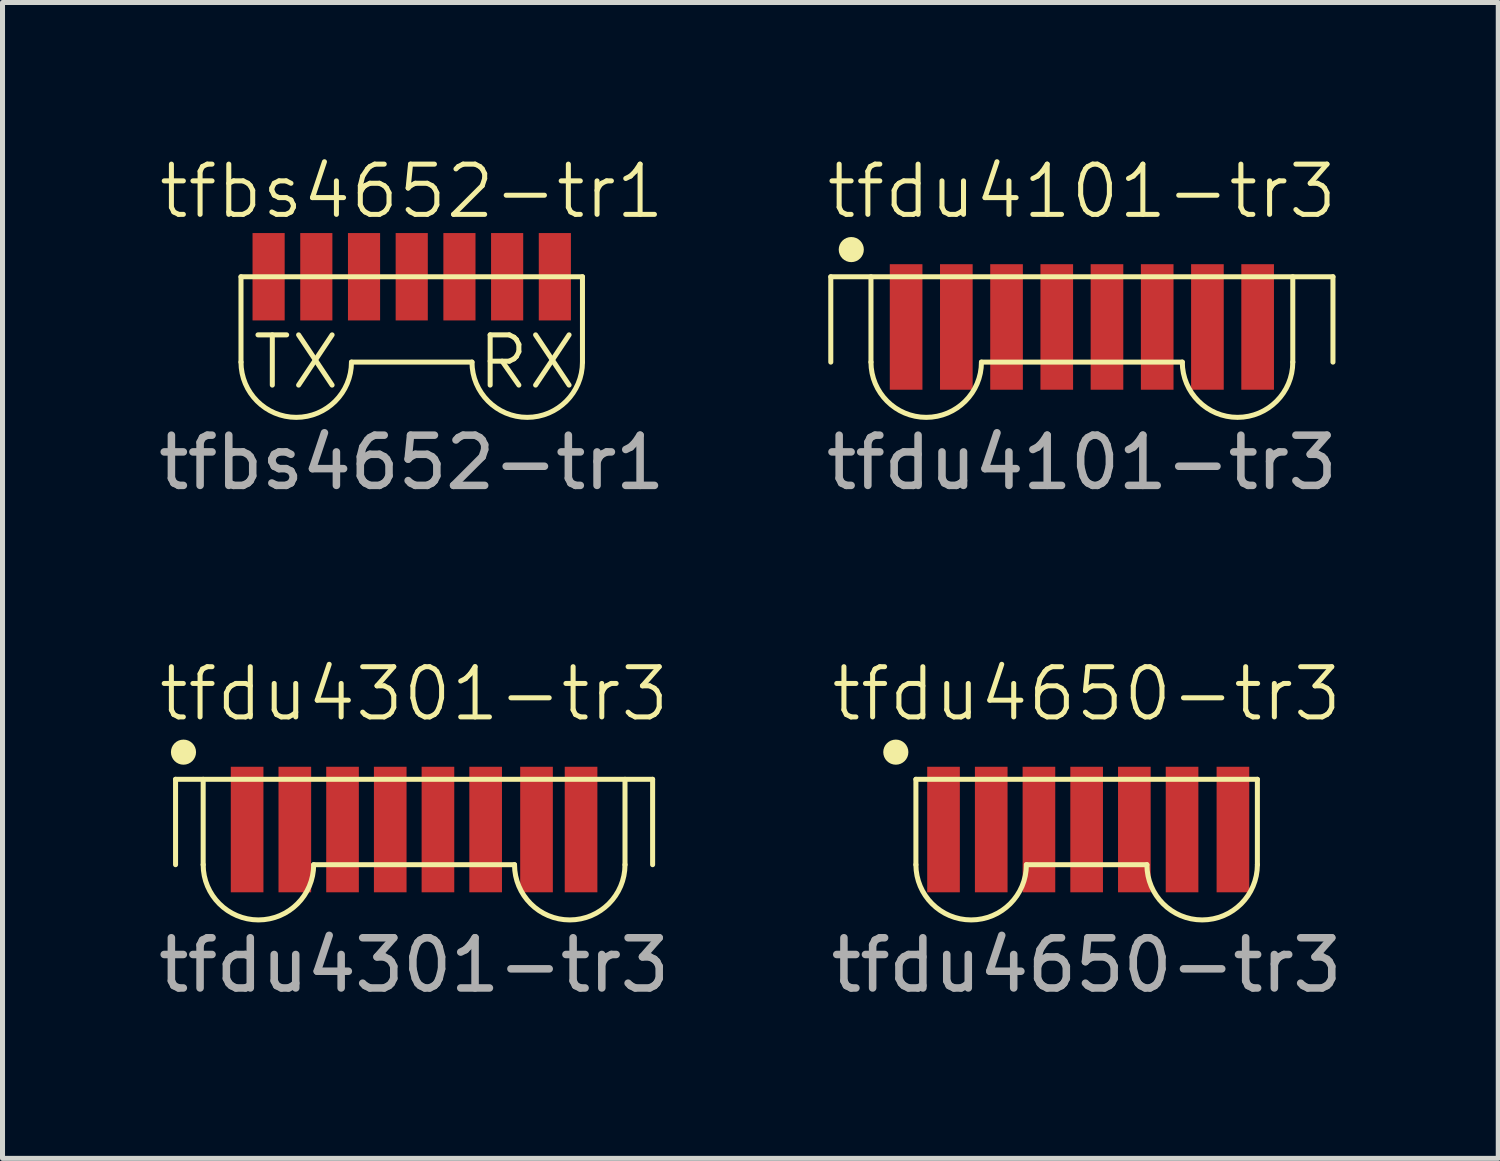
<source format=kicad_pcb>
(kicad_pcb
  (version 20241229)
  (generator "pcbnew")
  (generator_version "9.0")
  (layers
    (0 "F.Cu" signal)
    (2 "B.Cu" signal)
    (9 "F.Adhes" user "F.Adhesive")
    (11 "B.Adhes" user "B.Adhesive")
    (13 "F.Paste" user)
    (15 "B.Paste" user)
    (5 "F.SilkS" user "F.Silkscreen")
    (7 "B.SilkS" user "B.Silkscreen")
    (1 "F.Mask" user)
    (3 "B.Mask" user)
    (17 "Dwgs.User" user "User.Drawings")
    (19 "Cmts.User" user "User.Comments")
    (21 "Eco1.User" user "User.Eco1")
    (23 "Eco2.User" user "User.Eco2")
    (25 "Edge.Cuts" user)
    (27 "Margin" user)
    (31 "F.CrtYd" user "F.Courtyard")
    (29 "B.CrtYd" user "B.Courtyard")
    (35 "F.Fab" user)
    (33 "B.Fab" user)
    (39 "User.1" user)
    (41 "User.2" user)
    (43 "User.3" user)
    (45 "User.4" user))
  (footprint "tfdu4301-tr3"
    (layer "F.Cu")
    (at 5.196 12.469)
    (property "Reference" "tfdu4301-tr3" (at 0 -1.7 0) (unlocked yes) (layer "F.SilkS") (effects (font (size 1 1) (thickness 0.1))))
    (attr smd)
    (fp_line (start -4.75 0) (end -4.75 1.7) (stroke (width 0.1) (type default)) (layer "F.SilkS"))
    (fp_line (start -4.592 -0.541) (end -4.592 -0.541) (stroke (width 0.5) (type default)) (layer "F.SilkS"))
    (fp_line (start -4.2 0) (end -4.2 1.7) (stroke (width 0.1) (type default)) (layer "F.SilkS"))
    (fp_line (start -2 1.7) (end 2 1.7) (stroke (width 0.1) (type default)) (layer "F.SilkS"))
    (fp_line (start 4.2 0) (end 4.2 1.7) (stroke (width 0.1) (type default)) (layer "F.SilkS"))
    (fp_line (start 4.75 0) (end -4.75 0) (stroke (width 0.1) (type default)) (layer "F.SilkS"))
    (fp_line (start 4.75 0) (end 4.75 1.7) (stroke (width 0.1) (type default)) (layer "F.SilkS"))
    (fp_arc (start -2 1.7) (mid -3.1 2.8) (end -4.2 1.7) (stroke (width 0.1) (type default)) (layer "F.SilkS"))
    (fp_arc (start 4.2 1.7) (mid 3.1 2.8) (end 2 1.7) (stroke (width 0.1) (type default)) (layer "F.SilkS"))
    (fp_text user "${REFERENCE}" (at 0 3.7 0) (unlocked yes) (layer "F.Fab") (effects (font (size 1 1) (thickness 0.15))))
    (pad "1" smd rect (at -3.325 1) (size 0.65 2.5) (layers "F.Cu" "F.Mask" "F.Paste"))
    (pad "2" smd rect (at -2.375 1) (size 0.65 2.5) (layers "F.Cu" "F.Mask" "F.Paste"))
    (pad "3" smd rect (at -1.425 1) (size 0.65 2.5) (layers "F.Cu" "F.Mask" "F.Paste"))
    (pad "4" smd rect (at -0.475 1) (size 0.65 2.5) (layers "F.Cu" "F.Mask" "F.Paste"))
    (pad "5" smd rect (at 0.475 1) (size 0.65 2.5) (layers "F.Cu" "F.Mask" "F.Paste"))
    (pad "6" smd rect (at 1.425 1) (size 0.65 2.5) (layers "F.Cu" "F.Mask" "F.Paste"))
    (pad "7" smd rect (at 2.438 1) (size 0.65 2.5) (layers "F.Cu" "F.Mask" "F.Paste"))
    (pad "8" smd rect (at 3.325 1) (size 0.65 2.5) (layers "F.Cu" "F.Mask" "F.Paste")))
  (footprint "tfdu4101-tr3"
    (layer "F.Cu")
    (at 18.494 2.461)
    (property "Reference" "tfdu4101-tr3" (at 0 -1.7 0) (unlocked yes) (layer "F.SilkS") (effects (font (size 1 1) (thickness 0.1))))
    (attr smd)
    (fp_line (start -5 0) (end -5 1.7) (stroke (width 0.1) (type default)) (layer "F.SilkS"))
    (fp_line (start -4.592 -0.541) (end -4.592 -0.541) (stroke (width 0.5) (type default)) (layer "F.SilkS"))
    (fp_line (start -4.2 0) (end -4.2 1.7) (stroke (width 0.1) (type default)) (layer "F.SilkS"))
    (fp_line (start -2 1.7) (end 2 1.7) (stroke (width 0.1) (type default)) (layer "F.SilkS"))
    (fp_line (start 4.2 0) (end 4.2 1.7) (stroke (width 0.1) (type default)) (layer "F.SilkS"))
    (fp_line (start 5 0) (end -5 0) (stroke (width 0.1) (type default)) (layer "F.SilkS"))
    (fp_line (start 5 0) (end 5 1.7) (stroke (width 0.1) (type default)) (layer "F.SilkS"))
    (fp_arc (start -2 1.7) (mid -3.1 2.8) (end -4.2 1.7) (stroke (width 0.1) (type default)) (layer "F.SilkS"))
    (fp_arc (start 4.2 1.7) (mid 3.1 2.8) (end 2 1.7) (stroke (width 0.1) (type default)) (layer "F.SilkS"))
    (fp_text user "${REFERENCE}" (at 0 3.7 0) (unlocked yes) (layer "F.Fab") (effects (font (size 1 1) (thickness 0.15))))
    (pad "1" smd rect (at -3.5 1) (size 0.65 2.5) (layers "F.Cu" "F.Mask" "F.Paste"))
    (pad "2" smd rect (at -2.5 1) (size 0.65 2.5) (layers "F.Cu" "F.Mask" "F.Paste"))
    (pad "3" smd rect (at -1.5 1) (size 0.65 2.5) (layers "F.Cu" "F.Mask" "F.Paste"))
    (pad "4" smd rect (at -0.5 1) (size 0.65 2.5) (layers "F.Cu" "F.Mask" "F.Paste"))
    (pad "5" smd rect (at 0.5 1) (size 0.65 2.5) (layers "F.Cu" "F.Mask" "F.Paste"))
    (pad "6" smd rect (at 1.5 1) (size 0.65 2.5) (layers "F.Cu" "F.Mask" "F.Paste"))
    (pad "7" smd rect (at 2.5 1) (size 0.65 2.5) (layers "F.Cu" "F.Mask" "F.Paste"))
    (pad "8" smd rect (at 3.5 1) (size 0.65 2.5) (layers "F.Cu" "F.Mask" "F.Paste")))
  (footprint "tfdu4650-tr3"
    (layer "F.Cu")
    (at 18.589 12.469)
    (property "Reference" "tfdu4650-tr3" (at 0 -1.7 0) (unlocked yes) (layer "F.SilkS") (effects (font (size 1 1) (thickness 0.1))))
    (attr smd)
    (fp_line (start -3.8 -0.541) (end -3.8 -0.541) (stroke (width 0.5) (type default)) (layer "F.SilkS"))
    (fp_line (start -3.4 0) (end -3.4 1.7) (stroke (width 0.1) (type default)) (layer "F.SilkS"))
    (fp_line (start -1.2 1.7) (end 1.2 1.7) (stroke (width 0.1) (type default)) (layer "F.SilkS"))
    (fp_line (start 3.4 0) (end -3.4 0) (stroke (width 0.1) (type default)) (layer "F.SilkS"))
    (fp_line (start 3.4 0) (end 3.4 1.7) (stroke (width 0.1) (type default)) (layer "F.SilkS"))
    (fp_arc (start -1.2 1.7) (mid -2.3 2.8) (end -3.4 1.7) (stroke (width 0.1) (type default)) (layer "F.SilkS"))
    (fp_arc (start 3.4 1.7) (mid 2.3 2.8) (end 1.2 1.7) (stroke (width 0.1) (type default)) (layer "F.SilkS"))
    (fp_text user "${REFERENCE}" (at 0 3.7 0) (unlocked yes) (layer "F.Fab") (effects (font (size 1 1) (thickness 0.15))))
    (pad "1" smd rect (at -2.85 1) (size 0.65 2.5) (layers "F.Cu" "F.Mask" "F.Paste"))
    (pad "2" smd rect (at -1.9 1) (size 0.65 2.5) (layers "F.Cu" "F.Mask" "F.Paste"))
    (pad "3" smd rect (at -0.95 1) (size 0.65 2.5) (layers "F.Cu" "F.Mask" "F.Paste"))
    (pad "4" smd rect (at 0 1) (size 0.65 2.5) (layers "F.Cu" "F.Mask" "F.Paste"))
    (pad "5" smd rect (at 0.95 1) (size 0.65 2.5) (layers "F.Cu" "F.Mask" "F.Paste"))
    (pad "6" smd rect (at 1.9 1) (size 0.65 2.5) (layers "F.Cu" "F.Mask" "F.Paste"))
    (pad "7" smd rect (at 2.913 1) (size 0.65 2.5) (layers "F.Cu" "F.Mask" "F.Paste")))
  (footprint "tfbs4652-tr1"
    (layer "F.Cu")
    (at 5.149 2.461)
    (property "Reference" "tfbs4652-tr1" (at 0 -1.7 0) (unlocked yes) (layer "F.SilkS") (effects (font (size 1 1) (thickness 0.1))))
    (attr smd)
    (fp_line (start -3.4 0) (end -3.4 1.7) (stroke (width 0.1) (type default)) (layer "F.SilkS"))
    (fp_line (start -1.2 1.7) (end 1.2 1.7) (stroke (width 0.1) (type default)) (layer "F.SilkS"))
    (fp_line (start 3.4 0) (end -3.4 0) (stroke (width 0.1) (type default)) (layer "F.SilkS"))
    (fp_line (start 3.4 0) (end 3.4 1.7) (stroke (width 0.1) (type default)) (layer "F.SilkS"))
    (fp_arc (start -1.2 1.7) (mid -2.3 2.8) (end -3.4 1.7) (stroke (width 0.1) (type default)) (layer "F.SilkS"))
    (fp_arc (start 3.4 1.7) (mid 2.3 2.8) (end 1.2 1.7) (stroke (width 0.1) (type default)) (layer "F.SilkS"))
    (fp_text user "RX" (at 2.3 1.7 0) (unlocked yes) (layer "F.SilkS") (effects (font (size 1 1) (thickness 0.1))))
    (fp_text user "TX" (at -2.3 1.7 0) (unlocked yes) (layer "F.SilkS") (effects (font (size 1 1) (thickness 0.1))))
    (fp_text user "${REFERENCE}" (at 0 3.7 0) (unlocked yes) (layer "F.Fab") (effects (font (size 1 1) (thickness 0.15))))
    (pad "1" smd rect (at -2.85 0) (size 0.64 1.74) (layers "F.Cu" "F.Mask" "F.Paste"))
    (pad "2" smd rect (at -1.9 0) (size 0.64 1.74) (layers "F.Cu" "F.Mask" "F.Paste"))
    (pad "3" smd rect (at -0.95 0) (size 0.64 1.74) (layers "F.Cu" "F.Mask" "F.Paste"))
    (pad "4" smd rect (at 0 0) (size 0.64 1.74) (layers "F.Cu" "F.Mask" "F.Paste"))
    (pad "5" smd rect (at 0.95 0) (size 0.64 1.74) (layers "F.Cu" "F.Mask" "F.Paste"))
    (pad "6" smd rect (at 1.9 0) (size 0.64 1.74) (layers "F.Cu" "F.Mask" "F.Paste"))
    (pad "7" smd rect (at 2.85 0) (size 0.64 1.74) (layers "F.Cu" "F.Mask" "F.Paste")))
  (gr_rect
    (start -3 -3)
    (end 26.786 20.017)
    (stroke (width 0.1) (type default))
    (fill no)
    (layer "Edge.Cuts")))
</source>
